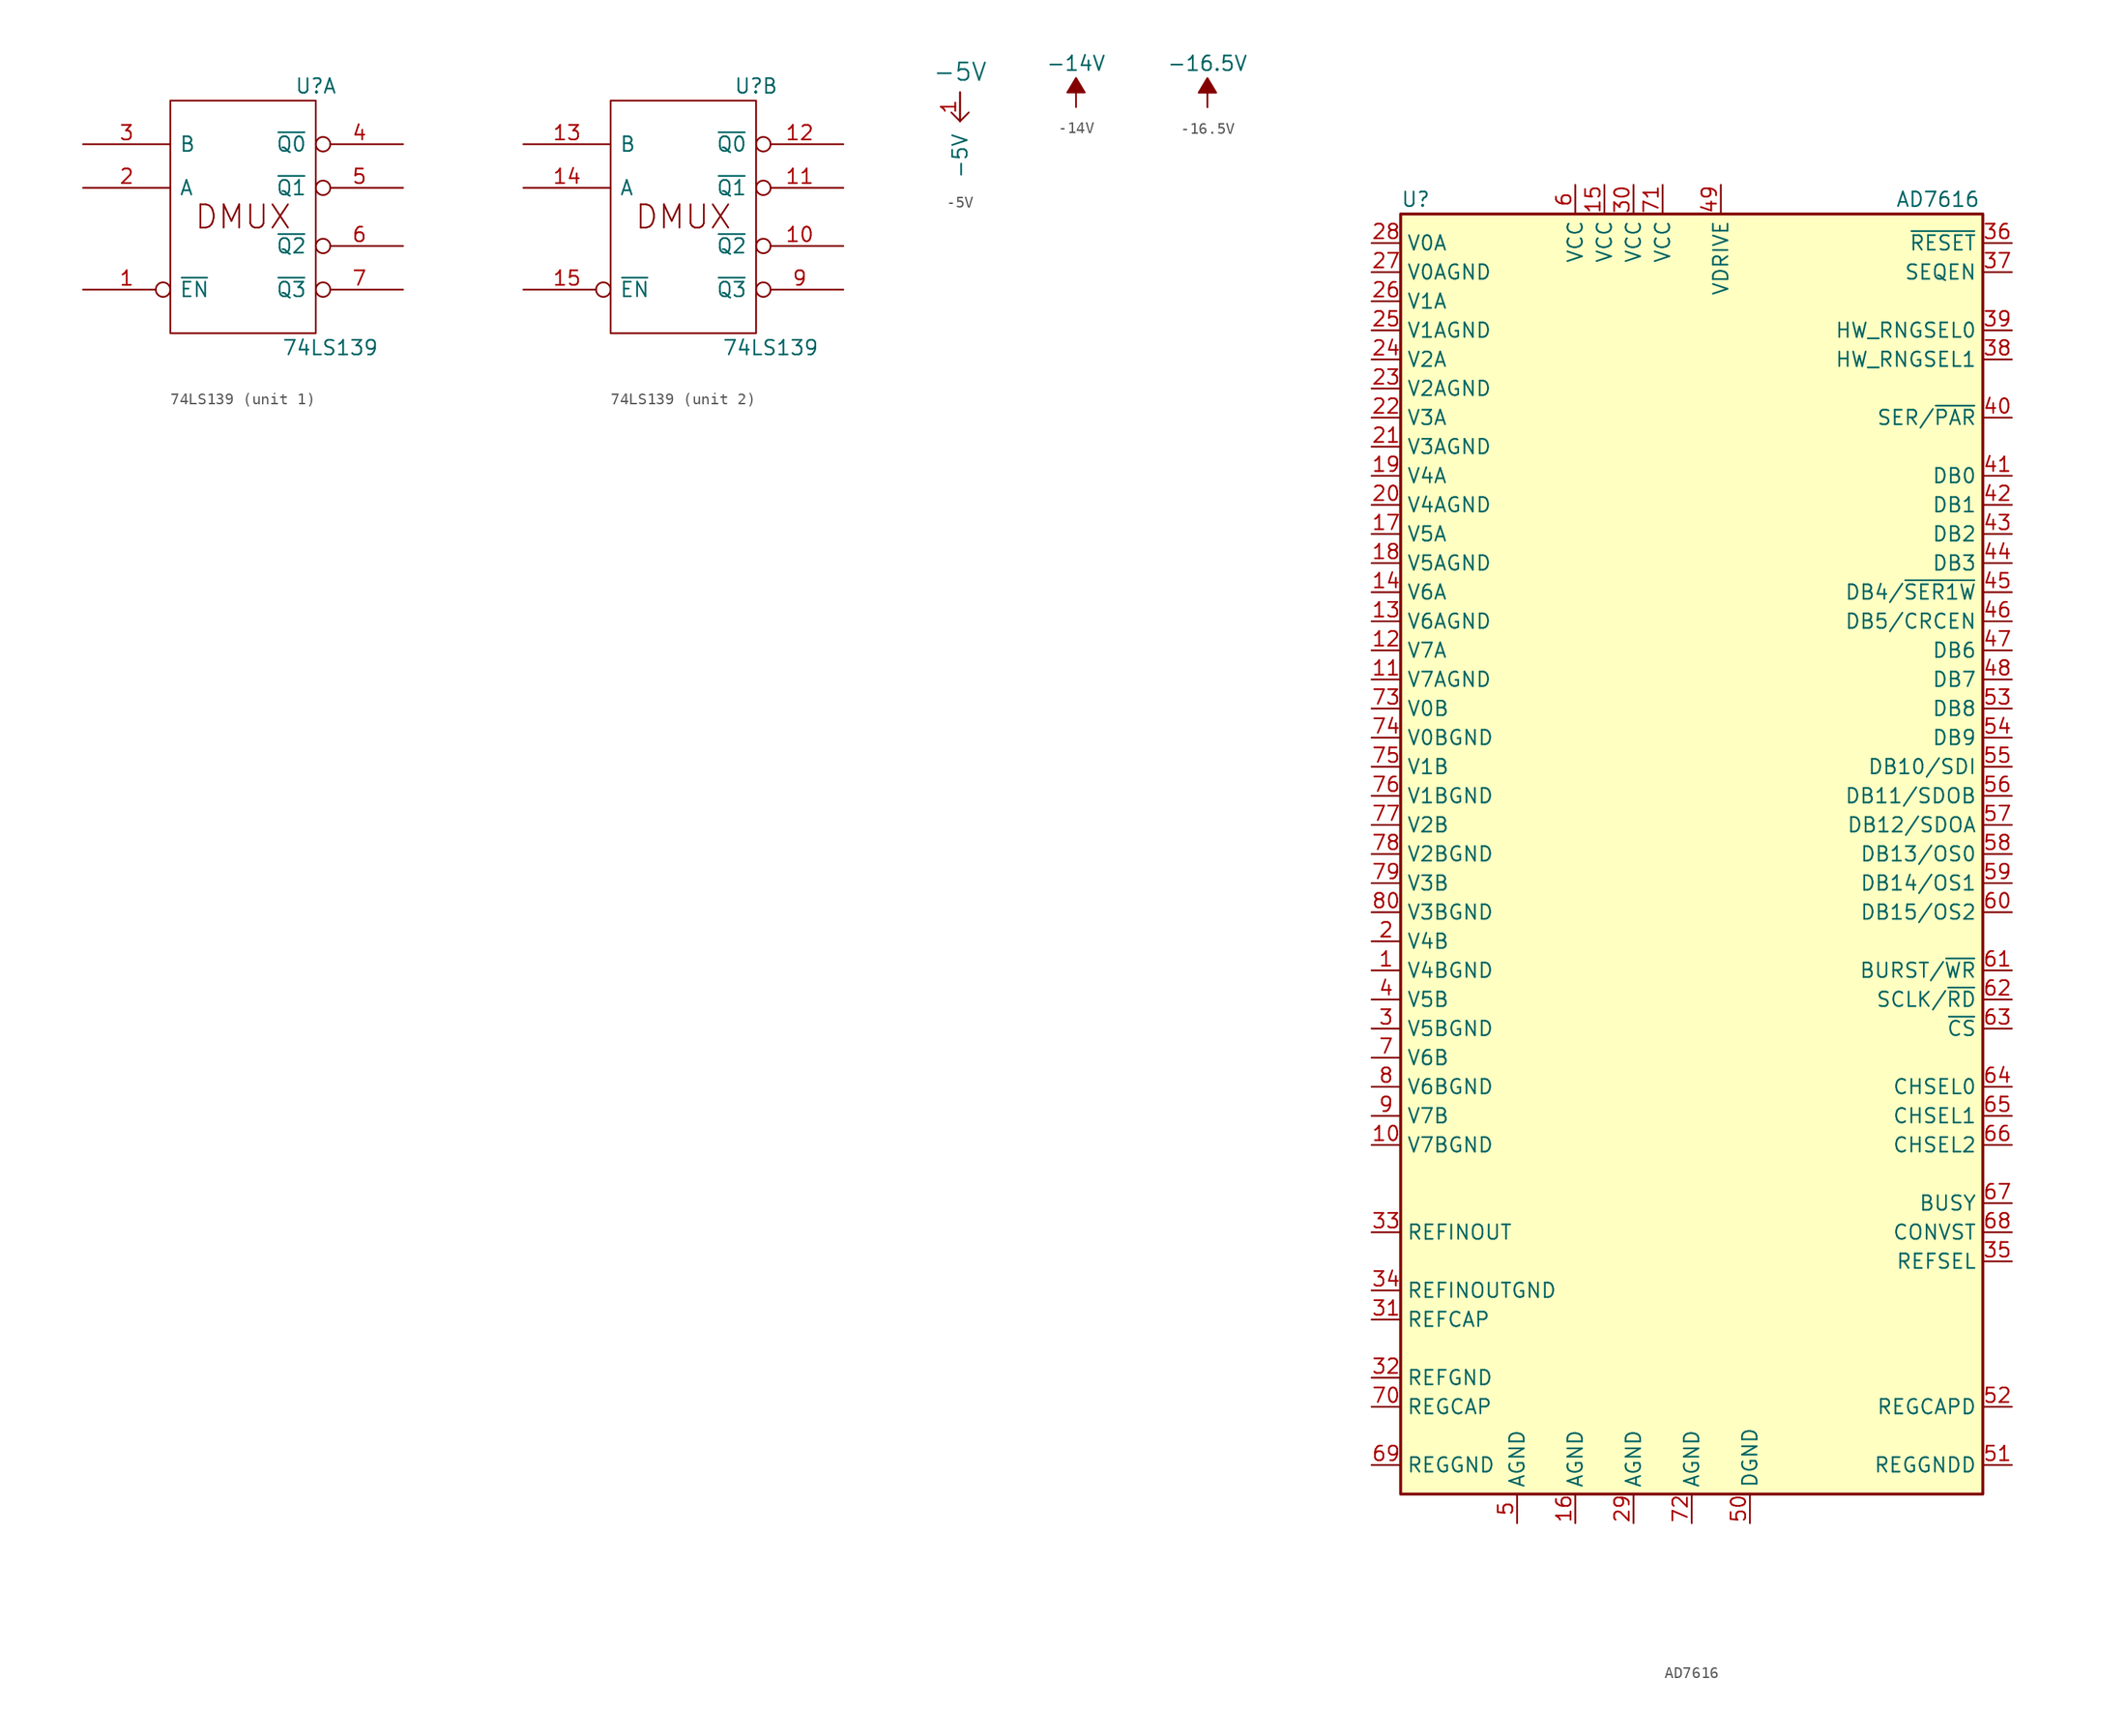
<source format=kicad_sym>
(kicad_symbol_lib
  (version 20211014)
  (generator kicad_symbol_editor)
  (symbol "74LS139"
    (pin_names
      (offset 0.762))
    (property "Reference" "U"
      (at 6.35 11.43 0)
      (effects (font (size 1.27 1.27))))
    (property "Value" "74LS139"
      (at 7.62 -11.43 0)
      (effects (font (size 1.27 1.27))))
    (symbol "74LS139_0_0"
      (rectangle (start -6.35 10.16) (end 6.35 -10.16) (stroke (width 0) (type default) (color 0 0 0 0)) (fill (type none)))
      (text "DMUX" (at 0 0 0) (effects (font (size 2.032 2.032))))
      (pin power_in line (at 0 10.16 270) (length 0) hide (name "VCC" (effects (font (size 1.27 1.27)))) (number "16" (effects (font (size 1.27 1.27)))))
      (pin power_in line (at 0 -10.16 90) (length 0) hide (name "GND" (effects (font (size 1.27 1.27)))) (number "8" (effects (font (size 1.27 1.27))))))
    (symbol "74LS139_1_1"
      (pin input inverted (at -13.97 -6.35 0) (length 7.62) (name "~{EN}" (effects (font (size 1.27 1.27)))) (number "1" (effects (font (size 1.27 1.27)))))
      (pin input line (at -13.97 2.54 0) (length 7.62) (name "A" (effects (font (size 1.27 1.27)))) (number "2" (effects (font (size 1.27 1.27)))))
      (pin input line (at -13.97 6.35 0) (length 7.62) (name "B" (effects (font (size 1.27 1.27)))) (number "3" (effects (font (size 1.27 1.27)))))
      (pin output inverted (at 13.97 6.35 180) (length 7.62) (name "~{Q0}" (effects (font (size 1.27 1.27)))) (number "4" (effects (font (size 1.27 1.27)))))
      (pin output inverted (at 13.97 2.54 180) (length 7.62) (name "~{Q1}" (effects (font (size 1.27 1.27)))) (number "5" (effects (font (size 1.27 1.27)))))
      (pin output inverted (at 13.97 -2.54 180) (length 7.62) (name "~{Q2}" (effects (font (size 1.27 1.27)))) (number "6" (effects (font (size 1.27 1.27)))))
      (pin output inverted (at 13.97 -6.35 180) (length 7.62) (name "~{Q3}" (effects (font (size 1.27 1.27)))) (number "7" (effects (font (size 1.27 1.27))))))
    (symbol "74LS139_2_1"
      (pin output inverted (at 13.97 -2.54 180) (length 7.62) (name "~{Q2}" (effects (font (size 1.27 1.27)))) (number "10" (effects (font (size 1.27 1.27)))))
      (pin output inverted (at 13.97 2.54 180) (length 7.62) (name "~{Q1}" (effects (font (size 1.27 1.27)))) (number "11" (effects (font (size 1.27 1.27)))))
      (pin output inverted (at 13.97 6.35 180) (length 7.62) (name "~{Q0}" (effects (font (size 1.27 1.27)))) (number "12" (effects (font (size 1.27 1.27)))))
      (pin input line (at -13.97 6.35 0) (length 7.62) (name "B" (effects (font (size 1.27 1.27)))) (number "13" (effects (font (size 1.27 1.27)))))
      (pin input line (at -13.97 2.54 0) (length 7.62) (name "A" (effects (font (size 1.27 1.27)))) (number "14" (effects (font (size 1.27 1.27)))))
      (pin input inverted (at -13.97 -6.35 0) (length 7.62) (name "~{EN}" (effects (font (size 1.27 1.27)))) (number "15" (effects (font (size 1.27 1.27)))))
      (pin output inverted (at 13.97 -6.35 180) (length 7.62) (name "~{Q3}" (effects (font (size 1.27 1.27)))) (number "9" (effects (font (size 1.27 1.27)))))))
  (symbol "-5V"
    (power)
    (pin_names
      (offset 1.016))
    (property "Reference" "U"
      (at 0 4.064 0)
      (effects (font (size 1.524 1.524)) hide))
    (property "Value" "-5V"
      (at 0 1.778 0)
      (effects (font (size 1.524 1.524))))
    (symbol "-5V_0_1"
      (polyline (pts (xy 0 -2.54) (xy -0.762 -1.778)) (stroke (width 0) (type default) (color 0 0 0 0)) (fill (type none)))
      (polyline (pts (xy 0 -2.54) (xy 0.762 -1.778)) (stroke (width 0) (type default) (color 0 0 0 0)) (fill (type none)))
      (polyline (pts (xy 0 0) (xy 0 -2.54)) (stroke (width 0) (type default) (color 0 0 0 0)) (fill (type none))))
    (symbol "-5V_1_1"
      (pin bidirectional line (at 0 0 270) (length 2.54) (name "-5V" (effects (font (size 1.27 1.27)))) (number "1" (effects (font (size 1.27 1.27)))))))
  (symbol "-14V"
    (power)
    (pin_names
      (offset 0))
    (property "Reference" "#PWR"
      (at 0 2.54 0)
      (effects (font (size 1.27 1.27)) hide))
    (property "Value" "-14V"
      (at 0 3.81 0)
      (effects (font (size 1.27 1.27))))
    (symbol "-14V_0_0"
      (pin power_in line (at 0 0 90) (length 0) hide (name "-14V" (effects (font (size 1.27 1.27)))) (number "1" (effects (font (size 1.27 1.27))))))
    (symbol "-14V_0_1"
      (polyline (pts (xy 0 0) (xy 0 1.27) (xy 0.762 1.27) (xy 0 2.54) (xy -0.762 1.27) (xy 0 1.27)) (stroke (width 0) (type default) (color 0 0 0 0)) (fill (type outline)))))
  (symbol "-16.5V"
    (power)
    (pin_names
      (offset 0))
    (property "Reference" "#PWR"
      (at 0 2.54 0)
      (effects (font (size 1.27 1.27)) hide))
    (property "Value" "-16.5V"
      (at 0 3.81 0)
      (effects (font (size 1.27 1.27))))
    (symbol "-16.5V_0_0"
      (pin power_in line (at 0 0 90) (length 0) hide (name "-16.5V" (effects (font (size 1.27 1.27)))) (number "1" (effects (font (size 1.27 1.27))))))
    (symbol "-16.5V_0_1"
      (polyline (pts (xy 0 0) (xy 0 1.27) (xy 0.762 1.27) (xy 0 2.54) (xy -0.762 1.27) (xy 0 1.27)) (stroke (width 0) (type default) (color 0 0 0 0)) (fill (type outline)))))
  (symbol "AD7616"
    (property "Reference" "U"
      (at -25.4 57.15 0)
      (effects (font (size 1.27 1.27)) (justify left)))
    (property "Value" "AD7616"
      (at 17.78 57.15 0)
      (effects (font (size 1.27 1.27)) (justify left)))
    (symbol "AD7616_1_1"
      (rectangle (start -25.4 55.88) (end 25.4 -55.88) (stroke (width 0.254) (type default) (color 0 0 0 0)) (fill (type background)))
      (pin input line (at -27.94 -10.16 0) (length 2.54) (name "V4BGND" (effects (font (size 1.27 1.27)))) (number "1" (effects (font (size 1.27 1.27)))))
      (pin input line (at -27.94 -25.4 0) (length 2.54) (name "V7BGND" (effects (font (size 1.27 1.27)))) (number "10" (effects (font (size 1.27 1.27)))))
      (pin input line (at -27.94 15.24 0) (length 2.54) (name "V7AGND" (effects (font (size 1.27 1.27)))) (number "11" (effects (font (size 1.27 1.27)))))
      (pin input line (at -27.94 17.78 0) (length 2.54) (name "V7A" (effects (font (size 1.27 1.27)))) (number "12" (effects (font (size 1.27 1.27)))))
      (pin input line (at -27.94 20.32 0) (length 2.54) (name "V6AGND" (effects (font (size 1.27 1.27)))) (number "13" (effects (font (size 1.27 1.27)))))
      (pin input line (at -27.94 22.86 0) (length 2.54) (name "V6A" (effects (font (size 1.27 1.27)))) (number "14" (effects (font (size 1.27 1.27)))))
      (pin power_in line (at -7.62 58.42 270) (length 2.54) (name "VCC" (effects (font (size 1.27 1.27)))) (number "15" (effects (font (size 1.27 1.27)))))
      (pin power_in line (at -10.16 -58.42 90) (length 2.54) (name "AGND" (effects (font (size 1.27 1.27)))) (number "16" (effects (font (size 1.27 1.27)))))
      (pin input line (at -27.94 27.94 0) (length 2.54) (name "V5A" (effects (font (size 1.27 1.27)))) (number "17" (effects (font (size 1.27 1.27)))))
      (pin input line (at -27.94 25.4 0) (length 2.54) (name "V5AGND" (effects (font (size 1.27 1.27)))) (number "18" (effects (font (size 1.27 1.27)))))
      (pin input line (at -27.94 33.02 0) (length 2.54) (name "V4A" (effects (font (size 1.27 1.27)))) (number "19" (effects (font (size 1.27 1.27)))))
      (pin input line (at -27.94 -7.62 0) (length 2.54) (name "V4B" (effects (font (size 1.27 1.27)))) (number "2" (effects (font (size 1.27 1.27)))))
      (pin input line (at -27.94 30.48 0) (length 2.54) (name "V4AGND" (effects (font (size 1.27 1.27)))) (number "20" (effects (font (size 1.27 1.27)))))
      (pin input line (at -27.94 35.56 0) (length 2.54) (name "V3AGND" (effects (font (size 1.27 1.27)))) (number "21" (effects (font (size 1.27 1.27)))))
      (pin input line (at -27.94 38.1 0) (length 2.54) (name "V3A" (effects (font (size 1.27 1.27)))) (number "22" (effects (font (size 1.27 1.27)))))
      (pin input line (at -27.94 40.64 0) (length 2.54) (name "V2AGND" (effects (font (size 1.27 1.27)))) (number "23" (effects (font (size 1.27 1.27)))))
      (pin input line (at -27.94 43.18 0) (length 2.54) (name "V2A" (effects (font (size 1.27 1.27)))) (number "24" (effects (font (size 1.27 1.27)))))
      (pin input line (at -27.94 45.72 0) (length 2.54) (name "V1AGND" (effects (font (size 1.27 1.27)))) (number "25" (effects (font (size 1.27 1.27)))))
      (pin input line (at -27.94 48.26 0) (length 2.54) (name "V1A" (effects (font (size 1.27 1.27)))) (number "26" (effects (font (size 1.27 1.27)))))
      (pin input line (at -27.94 50.8 0) (length 2.54) (name "V0AGND" (effects (font (size 1.27 1.27)))) (number "27" (effects (font (size 1.27 1.27)))))
      (pin input line (at -27.94 53.34 0) (length 2.54) (name "V0A" (effects (font (size 1.27 1.27)))) (number "28" (effects (font (size 1.27 1.27)))))
      (pin power_in line (at -5.08 -58.42 90) (length 2.54) (name "AGND" (effects (font (size 1.27 1.27)))) (number "29" (effects (font (size 1.27 1.27)))))
      (pin input line (at -27.94 -15.24 0) (length 2.54) (name "V5BGND" (effects (font (size 1.27 1.27)))) (number "3" (effects (font (size 1.27 1.27)))))
      (pin power_in line (at -5.08 58.42 270) (length 2.54) (name "VCC" (effects (font (size 1.27 1.27)))) (number "30" (effects (font (size 1.27 1.27)))))
      (pin passive line (at -27.94 -40.64 0) (length 2.54) (name "REFCAP" (effects (font (size 1.27 1.27)))) (number "31" (effects (font (size 1.27 1.27)))))
      (pin power_in line (at -27.94 -45.72 0) (length 2.54) (name "REFGND" (effects (font (size 1.27 1.27)))) (number "32" (effects (font (size 1.27 1.27)))))
      (pin input line (at -27.94 -33.02 0) (length 2.54) (name "REFINOUT" (effects (font (size 1.27 1.27)))) (number "33" (effects (font (size 1.27 1.27)))))
      (pin power_in line (at -27.94 -38.1 0) (length 2.54) (name "REFINOUTGND" (effects (font (size 1.27 1.27)))) (number "34" (effects (font (size 1.27 1.27)))))
      (pin input line (at 27.94 -35.56 180) (length 2.54) (name "REFSEL" (effects (font (size 1.27 1.27)))) (number "35" (effects (font (size 1.27 1.27)))))
      (pin input line (at 27.94 53.34 180) (length 2.54) (name "~{RESET}" (effects (font (size 1.27 1.27)))) (number "36" (effects (font (size 1.27 1.27)))))
      (pin input line (at 27.94 50.8 180) (length 2.54) (name "SEQEN" (effects (font (size 1.27 1.27)))) (number "37" (effects (font (size 1.27 1.27)))))
      (pin input line (at 27.94 43.18 180) (length 2.54) (name "HW_RNGSEL1" (effects (font (size 1.27 1.27)))) (number "38" (effects (font (size 1.27 1.27)))))
      (pin input line (at 27.94 45.72 180) (length 2.54) (name "HW_RNGSEL0" (effects (font (size 1.27 1.27)))) (number "39" (effects (font (size 1.27 1.27)))))
      (pin input line (at -27.94 -12.7 0) (length 2.54) (name "V5B" (effects (font (size 1.27 1.27)))) (number "4" (effects (font (size 1.27 1.27)))))
      (pin input line (at 27.94 38.1 180) (length 2.54) (name "SER/~{PAR}" (effects (font (size 1.27 1.27)))) (number "40" (effects (font (size 1.27 1.27)))))
      (pin bidirectional line (at 27.94 33.02 180) (length 2.54) (name "DB0" (effects (font (size 1.27 1.27)))) (number "41" (effects (font (size 1.27 1.27)))))
      (pin bidirectional line (at 27.94 30.48 180) (length 2.54) (name "DB1" (effects (font (size 1.27 1.27)))) (number "42" (effects (font (size 1.27 1.27)))))
      (pin bidirectional line (at 27.94 27.94 180) (length 2.54) (name "DB2" (effects (font (size 1.27 1.27)))) (number "43" (effects (font (size 1.27 1.27)))))
      (pin bidirectional line (at 27.94 25.4 180) (length 2.54) (name "DB3" (effects (font (size 1.27 1.27)))) (number "44" (effects (font (size 1.27 1.27)))))
      (pin bidirectional line (at 27.94 22.86 180) (length 2.54) (name "DB4/~{SER1W}" (effects (font (size 1.27 1.27)))) (number "45" (effects (font (size 1.27 1.27)))))
      (pin bidirectional line (at 27.94 20.32 180) (length 2.54) (name "DB5/CRCEN" (effects (font (size 1.27 1.27)))) (number "46" (effects (font (size 1.27 1.27)))))
      (pin bidirectional line (at 27.94 17.78 180) (length 2.54) (name "DB6" (effects (font (size 1.27 1.27)))) (number "47" (effects (font (size 1.27 1.27)))))
      (pin bidirectional line (at 27.94 15.24 180) (length 2.54) (name "DB7" (effects (font (size 1.27 1.27)))) (number "48" (effects (font (size 1.27 1.27)))))
      (pin power_in line (at 2.54 58.42 270) (length 2.54) (name "VDRIVE" (effects (font (size 1.27 1.27)))) (number "49" (effects (font (size 1.27 1.27)))))
      (pin power_in line (at -15.24 -58.42 90) (length 2.54) (name "AGND" (effects (font (size 1.27 1.27)))) (number "5" (effects (font (size 1.27 1.27)))))
      (pin power_in line (at 5.08 -58.42 90) (length 2.54) (name "DGND" (effects (font (size 1.27 1.27)))) (number "50" (effects (font (size 1.27 1.27)))))
      (pin power_in line (at 27.94 -53.34 180) (length 2.54) (name "REGGNDD" (effects (font (size 1.27 1.27)))) (number "51" (effects (font (size 1.27 1.27)))))
      (pin passive line (at 27.94 -48.26 180) (length 2.54) (name "REGCAPD" (effects (font (size 1.27 1.27)))) (number "52" (effects (font (size 1.27 1.27)))))
      (pin bidirectional line (at 27.94 12.7 180) (length 2.54) (name "DB8" (effects (font (size 1.27 1.27)))) (number "53" (effects (font (size 1.27 1.27)))))
      (pin bidirectional line (at 27.94 10.16 180) (length 2.54) (name "DB9" (effects (font (size 1.27 1.27)))) (number "54" (effects (font (size 1.27 1.27)))))
      (pin bidirectional line (at 27.94 7.62 180) (length 2.54) (name "DB10/SDI" (effects (font (size 1.27 1.27)))) (number "55" (effects (font (size 1.27 1.27)))))
      (pin bidirectional line (at 27.94 5.08 180) (length 2.54) (name "DB11/SDOB" (effects (font (size 1.27 1.27)))) (number "56" (effects (font (size 1.27 1.27)))))
      (pin bidirectional line (at 27.94 2.54 180) (length 2.54) (name "DB12/SDOA" (effects (font (size 1.27 1.27)))) (number "57" (effects (font (size 1.27 1.27)))))
      (pin bidirectional line (at 27.94 0 180) (length 2.54) (name "DB13/OS0" (effects (font (size 1.27 1.27)))) (number "58" (effects (font (size 1.27 1.27)))))
      (pin bidirectional line (at 27.94 -2.54 180) (length 2.54) (name "DB14/OS1" (effects (font (size 1.27 1.27)))) (number "59" (effects (font (size 1.27 1.27)))))
      (pin power_in line (at -10.16 58.42 270) (length 2.54) (name "VCC" (effects (font (size 1.27 1.27)))) (number "6" (effects (font (size 1.27 1.27)))))
      (pin bidirectional line (at 27.94 -5.08 180) (length 2.54) (name "DB15/OS2" (effects (font (size 1.27 1.27)))) (number "60" (effects (font (size 1.27 1.27)))))
      (pin input line (at 27.94 -10.16 180) (length 2.54) (name "BURST/~{WR}" (effects (font (size 1.27 1.27)))) (number "61" (effects (font (size 1.27 1.27)))))
      (pin input line (at 27.94 -12.7 180) (length 2.54) (name "SCLK/~{RD}" (effects (font (size 1.27 1.27)))) (number "62" (effects (font (size 1.27 1.27)))))
      (pin input line (at 27.94 -15.24 180) (length 2.54) (name "~{CS}" (effects (font (size 1.27 1.27)))) (number "63" (effects (font (size 1.27 1.27)))))
      (pin input line (at 27.94 -20.32 180) (length 2.54) (name "CHSEL0" (effects (font (size 1.27 1.27)))) (number "64" (effects (font (size 1.27 1.27)))))
      (pin input line (at 27.94 -22.86 180) (length 2.54) (name "CHSEL1" (effects (font (size 1.27 1.27)))) (number "65" (effects (font (size 1.27 1.27)))))
      (pin input line (at 27.94 -25.4 180) (length 2.54) (name "CHSEL2" (effects (font (size 1.27 1.27)))) (number "66" (effects (font (size 1.27 1.27)))))
      (pin output line (at 27.94 -30.48 180) (length 2.54) (name "BUSY" (effects (font (size 1.27 1.27)))) (number "67" (effects (font (size 1.27 1.27)))))
      (pin input line (at 27.94 -33.02 180) (length 2.54) (name "CONVST" (effects (font (size 1.27 1.27)))) (number "68" (effects (font (size 1.27 1.27)))))
      (pin power_in line (at -27.94 -53.34 0) (length 2.54) (name "REGGND" (effects (font (size 1.27 1.27)))) (number "69" (effects (font (size 1.27 1.27)))))
      (pin input line (at -27.94 -17.78 0) (length 2.54) (name "V6B" (effects (font (size 1.27 1.27)))) (number "7" (effects (font (size 1.27 1.27)))))
      (pin passive line (at -27.94 -48.26 0) (length 2.54) (name "REGCAP" (effects (font (size 1.27 1.27)))) (number "70" (effects (font (size 1.27 1.27)))))
      (pin power_in line (at -2.54 58.42 270) (length 2.54) (name "VCC" (effects (font (size 1.27 1.27)))) (number "71" (effects (font (size 1.27 1.27)))))
      (pin power_in line (at 0 -58.42 90) (length 2.54) (name "AGND" (effects (font (size 1.27 1.27)))) (number "72" (effects (font (size 1.27 1.27)))))
      (pin input line (at -27.94 12.7 0) (length 2.54) (name "V0B" (effects (font (size 1.27 1.27)))) (number "73" (effects (font (size 1.27 1.27)))))
      (pin input line (at -27.94 10.16 0) (length 2.54) (name "V0BGND" (effects (font (size 1.27 1.27)))) (number "74" (effects (font (size 1.27 1.27)))))
      (pin input line (at -27.94 7.62 0) (length 2.54) (name "V1B" (effects (font (size 1.27 1.27)))) (number "75" (effects (font (size 1.27 1.27)))))
      (pin input line (at -27.94 5.08 0) (length 2.54) (name "V1BGND" (effects (font (size 1.27 1.27)))) (number "76" (effects (font (size 1.27 1.27)))))
      (pin input line (at -27.94 2.54 0) (length 2.54) (name "V2B" (effects (font (size 1.27 1.27)))) (number "77" (effects (font (size 1.27 1.27)))))
      (pin input line (at -27.94 0 0) (length 2.54) (name "V2BGND" (effects (font (size 1.27 1.27)))) (number "78" (effects (font (size 1.27 1.27)))))
      (pin input line (at -27.94 -2.54 0) (length 2.54) (name "V3B" (effects (font (size 1.27 1.27)))) (number "79" (effects (font (size 1.27 1.27)))))
      (pin input line (at -27.94 -20.32 0) (length 2.54) (name "V6BGND" (effects (font (size 1.27 1.27)))) (number "8" (effects (font (size 1.27 1.27)))))
      (pin input line (at -27.94 -5.08 0) (length 2.54) (name "V3BGND" (effects (font (size 1.27 1.27)))) (number "80" (effects (font (size 1.27 1.27)))))
      (pin input line (at -27.94 -22.86 0) (length 2.54) (name "V7B" (effects (font (size 1.27 1.27)))) (number "9" (effects (font (size 1.27 1.27))))))))
</source>
